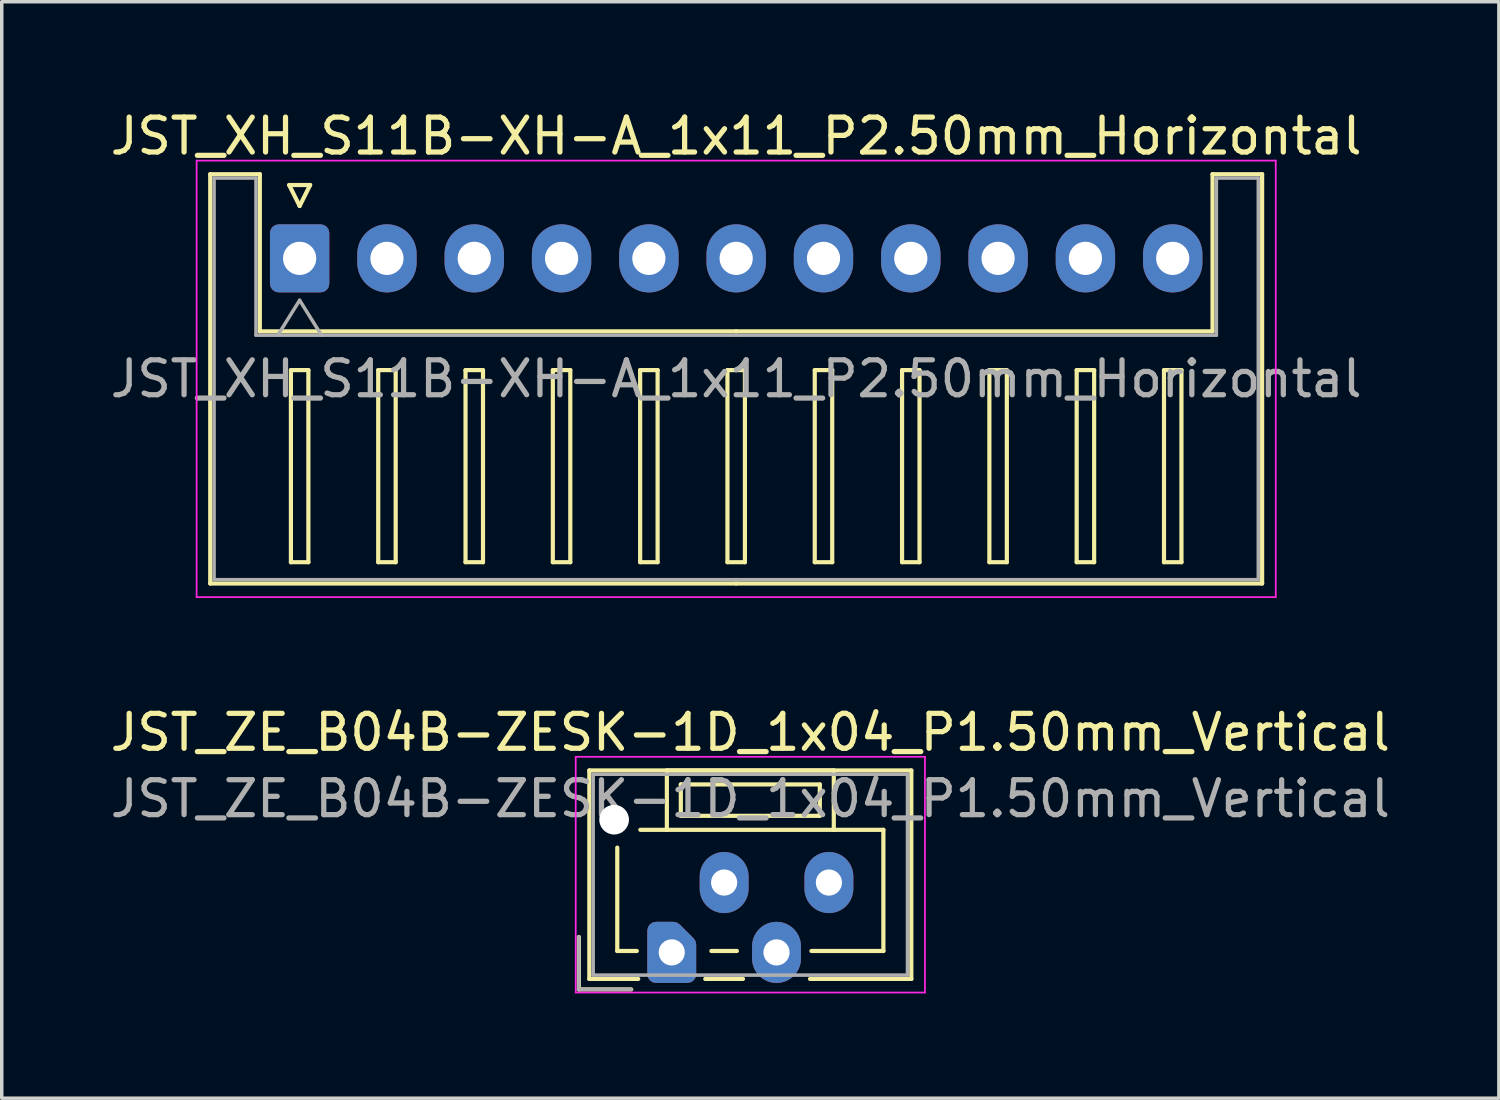
<source format=kicad_pcb>
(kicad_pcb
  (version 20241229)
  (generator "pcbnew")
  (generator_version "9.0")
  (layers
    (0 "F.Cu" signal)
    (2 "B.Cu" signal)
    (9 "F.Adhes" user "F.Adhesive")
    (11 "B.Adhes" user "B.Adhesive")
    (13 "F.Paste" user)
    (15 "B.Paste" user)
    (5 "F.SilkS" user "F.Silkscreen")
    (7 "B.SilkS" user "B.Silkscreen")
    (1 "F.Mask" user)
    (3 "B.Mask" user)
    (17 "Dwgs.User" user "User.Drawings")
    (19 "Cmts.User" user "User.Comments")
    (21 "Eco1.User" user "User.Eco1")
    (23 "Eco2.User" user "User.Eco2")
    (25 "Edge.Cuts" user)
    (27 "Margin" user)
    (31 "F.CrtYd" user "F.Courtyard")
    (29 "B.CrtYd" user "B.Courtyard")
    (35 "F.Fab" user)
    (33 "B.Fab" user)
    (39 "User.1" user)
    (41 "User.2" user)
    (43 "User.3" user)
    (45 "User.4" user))
  (footprint "JST_XH_S11B-XH-A_1x11_P2.50mm_Horizontal"
    (layer "F.Cu")
    (at 5.53 4.348)
    (property "Reference" "JST_XH_S11B-XH-A_1x11_P2.50mm_Horizontal" (at 12.5 -3.5 0) (layer "F.SilkS") (effects (font (size 1 1) (thickness 0.15))))
    (attr through_hole)
    (fp_line (start -2.56 -2.41) (end -1.14 -2.41) (stroke (width 0.12) (type solid)) (layer "F.SilkS"))
    (fp_line (start -2.56 9.31) (end -2.56 -2.41) (stroke (width 0.12) (type solid)) (layer "F.SilkS"))
    (fp_line (start -1.14 -2.41) (end -1.14 2.09) (stroke (width 0.12) (type solid)) (layer "F.SilkS"))
    (fp_line (start -1.14 2.09) (end 12.5 2.09) (stroke (width 0.12) (type solid)) (layer "F.SilkS"))
    (fp_line (start -0.3 -2.1) (end 0.3 -2.1) (stroke (width 0.12) (type solid)) (layer "F.SilkS"))
    (fp_line (start -0.25 3.2) (end -0.25 8.7) (stroke (width 0.12) (type solid)) (layer "F.SilkS"))
    (fp_line (start -0.25 8.7) (end 0.25 8.7) (stroke (width 0.12) (type solid)) (layer "F.SilkS"))
    (fp_line (start 0 -1.5) (end -0.3 -2.1) (stroke (width 0.12) (type solid)) (layer "F.SilkS"))
    (fp_line (start 0.25 3.2) (end -0.25 3.2) (stroke (width 0.12) (type solid)) (layer "F.SilkS"))
    (fp_line (start 0.25 8.7) (end 0.25 3.2) (stroke (width 0.12) (type solid)) (layer "F.SilkS"))
    (fp_line (start 0.3 -2.1) (end 0 -1.5) (stroke (width 0.12) (type solid)) (layer "F.SilkS"))
    (fp_line (start 2.25 3.2) (end 2.25 8.7) (stroke (width 0.12) (type solid)) (layer "F.SilkS"))
    (fp_line (start 2.25 8.7) (end 2.75 8.7) (stroke (width 0.12) (type solid)) (layer "F.SilkS"))
    (fp_line (start 2.75 3.2) (end 2.25 3.2) (stroke (width 0.12) (type solid)) (layer "F.SilkS"))
    (fp_line (start 2.75 8.7) (end 2.75 3.2) (stroke (width 0.12) (type solid)) (layer "F.SilkS"))
    (fp_line (start 4.75 3.2) (end 4.75 8.7) (stroke (width 0.12) (type solid)) (layer "F.SilkS"))
    (fp_line (start 4.75 8.7) (end 5.25 8.7) (stroke (width 0.12) (type solid)) (layer "F.SilkS"))
    (fp_line (start 5.25 3.2) (end 4.75 3.2) (stroke (width 0.12) (type solid)) (layer "F.SilkS"))
    (fp_line (start 5.25 8.7) (end 5.25 3.2) (stroke (width 0.12) (type solid)) (layer "F.SilkS"))
    (fp_line (start 7.25 3.2) (end 7.25 8.7) (stroke (width 0.12) (type solid)) (layer "F.SilkS"))
    (fp_line (start 7.25 8.7) (end 7.75 8.7) (stroke (width 0.12) (type solid)) (layer "F.SilkS"))
    (fp_line (start 7.75 3.2) (end 7.25 3.2) (stroke (width 0.12) (type solid)) (layer "F.SilkS"))
    (fp_line (start 7.75 8.7) (end 7.75 3.2) (stroke (width 0.12) (type solid)) (layer "F.SilkS"))
    (fp_line (start 9.75 3.2) (end 9.75 8.7) (stroke (width 0.12) (type solid)) (layer "F.SilkS"))
    (fp_line (start 9.75 8.7) (end 10.25 8.7) (stroke (width 0.12) (type solid)) (layer "F.SilkS"))
    (fp_line (start 10.25 3.2) (end 9.75 3.2) (stroke (width 0.12) (type solid)) (layer "F.SilkS"))
    (fp_line (start 10.25 8.7) (end 10.25 3.2) (stroke (width 0.12) (type solid)) (layer "F.SilkS"))
    (fp_line (start 12.25 3.2) (end 12.25 8.7) (stroke (width 0.12) (type solid)) (layer "F.SilkS"))
    (fp_line (start 12.25 8.7) (end 12.75 8.7) (stroke (width 0.12) (type solid)) (layer "F.SilkS"))
    (fp_line (start 12.5 9.31) (end -2.56 9.31) (stroke (width 0.12) (type solid)) (layer "F.SilkS"))
    (fp_line (start 12.5 9.31) (end 27.56 9.31) (stroke (width 0.12) (type solid)) (layer "F.SilkS"))
    (fp_line (start 12.75 3.2) (end 12.25 3.2) (stroke (width 0.12) (type solid)) (layer "F.SilkS"))
    (fp_line (start 12.75 8.7) (end 12.75 3.2) (stroke (width 0.12) (type solid)) (layer "F.SilkS"))
    (fp_line (start 14.75 3.2) (end 14.75 8.7) (stroke (width 0.12) (type solid)) (layer "F.SilkS"))
    (fp_line (start 14.75 8.7) (end 15.25 8.7) (stroke (width 0.12) (type solid)) (layer "F.SilkS"))
    (fp_line (start 15.25 3.2) (end 14.75 3.2) (stroke (width 0.12) (type solid)) (layer "F.SilkS"))
    (fp_line (start 15.25 8.7) (end 15.25 3.2) (stroke (width 0.12) (type solid)) (layer "F.SilkS"))
    (fp_line (start 17.25 3.2) (end 17.25 8.7) (stroke (width 0.12) (type solid)) (layer "F.SilkS"))
    (fp_line (start 17.25 8.7) (end 17.75 8.7) (stroke (width 0.12) (type solid)) (layer "F.SilkS"))
    (fp_line (start 17.75 3.2) (end 17.25 3.2) (stroke (width 0.12) (type solid)) (layer "F.SilkS"))
    (fp_line (start 17.75 8.7) (end 17.75 3.2) (stroke (width 0.12) (type solid)) (layer "F.SilkS"))
    (fp_line (start 19.75 3.2) (end 19.75 8.7) (stroke (width 0.12) (type solid)) (layer "F.SilkS"))
    (fp_line (start 19.75 8.7) (end 20.25 8.7) (stroke (width 0.12) (type solid)) (layer "F.SilkS"))
    (fp_line (start 20.25 3.2) (end 19.75 3.2) (stroke (width 0.12) (type solid)) (layer "F.SilkS"))
    (fp_line (start 20.25 8.7) (end 20.25 3.2) (stroke (width 0.12) (type solid)) (layer "F.SilkS"))
    (fp_line (start 22.25 3.2) (end 22.25 8.7) (stroke (width 0.12) (type solid)) (layer "F.SilkS"))
    (fp_line (start 22.25 8.7) (end 22.75 8.7) (stroke (width 0.12) (type solid)) (layer "F.SilkS"))
    (fp_line (start 22.75 3.2) (end 22.25 3.2) (stroke (width 0.12) (type solid)) (layer "F.SilkS"))
    (fp_line (start 22.75 8.7) (end 22.75 3.2) (stroke (width 0.12) (type solid)) (layer "F.SilkS"))
    (fp_line (start 24.75 3.2) (end 24.75 8.7) (stroke (width 0.12) (type solid)) (layer "F.SilkS"))
    (fp_line (start 24.75 8.7) (end 25.25 8.7) (stroke (width 0.12) (type solid)) (layer "F.SilkS"))
    (fp_line (start 25.25 3.2) (end 24.75 3.2) (stroke (width 0.12) (type solid)) (layer "F.SilkS"))
    (fp_line (start 25.25 8.7) (end 25.25 3.2) (stroke (width 0.12) (type solid)) (layer "F.SilkS"))
    (fp_line (start 26.14 -2.41) (end 26.14 2.09) (stroke (width 0.12) (type solid)) (layer "F.SilkS"))
    (fp_line (start 26.14 2.09) (end 12.5 2.09) (stroke (width 0.12) (type solid)) (layer "F.SilkS"))
    (fp_line (start 27.56 -2.41) (end 26.14 -2.41) (stroke (width 0.12) (type solid)) (layer "F.SilkS"))
    (fp_line (start 27.56 9.31) (end 27.56 -2.41) (stroke (width 0.12) (type solid)) (layer "F.SilkS"))
    (fp_line (start -2.95 -2.8) (end -2.95 9.7) (stroke (width 0.05) (type solid)) (layer "F.CrtYd"))
    (fp_line (start -2.95 9.7) (end 27.95 9.7) (stroke (width 0.05) (type solid)) (layer "F.CrtYd"))
    (fp_line (start 27.95 -2.8) (end -2.95 -2.8) (stroke (width 0.05) (type solid)) (layer "F.CrtYd"))
    (fp_line (start 27.95 9.7) (end 27.95 -2.8) (stroke (width 0.05) (type solid)) (layer "F.CrtYd"))
    (fp_line (start -2.45 -2.3) (end -1.25 -2.3) (stroke (width 0.1) (type solid)) (layer "F.Fab"))
    (fp_line (start -2.45 9.2) (end -2.45 -2.3) (stroke (width 0.1) (type solid)) (layer "F.Fab"))
    (fp_line (start -1.25 -2.3) (end -1.25 2.2) (stroke (width 0.1) (type solid)) (layer "F.Fab"))
    (fp_line (start -1.25 2.2) (end 12.5 2.2) (stroke (width 0.1) (type solid)) (layer "F.Fab"))
    (fp_line (start -0.625 2.2) (end 0 1.2) (stroke (width 0.1) (type solid)) (layer "F.Fab"))
    (fp_line (start 0 1.2) (end 0.625 2.2) (stroke (width 0.1) (type solid)) (layer "F.Fab"))
    (fp_line (start 12.5 9.2) (end -2.45 9.2) (stroke (width 0.1) (type solid)) (layer "F.Fab"))
    (fp_line (start 12.5 9.2) (end 27.45 9.2) (stroke (width 0.1) (type solid)) (layer "F.Fab"))
    (fp_line (start 26.25 -2.3) (end 26.25 2.2) (stroke (width 0.1) (type solid)) (layer "F.Fab"))
    (fp_line (start 26.25 2.2) (end 12.5 2.2) (stroke (width 0.1) (type solid)) (layer "F.Fab"))
    (fp_line (start 27.45 -2.3) (end 26.25 -2.3) (stroke (width 0.1) (type solid)) (layer "F.Fab"))
    (fp_line (start 27.45 9.2) (end 27.45 -2.3) (stroke (width 0.1) (type solid)) (layer "F.Fab"))
    (fp_text user "${REFERENCE}" (at 12.5 3.45 0) (layer "F.Fab") (effects (font (size 1 1) (thickness 0.15))))
    (pad "1" thru_hole roundrect (at 0 0) (size 1.7 1.95) (drill 0.95) (layers "*.Cu" "*.Mask") (roundrect_rratio 0.147))
    (pad "2" thru_hole oval (at 2.5 0) (size 1.7 1.95) (drill 0.95) (layers "*.Cu" "*.Mask"))
    (pad "3" thru_hole oval (at 5 0) (size 1.7 1.95) (drill 0.95) (layers "*.Cu" "*.Mask"))
    (pad "4" thru_hole oval (at 7.5 0) (size 1.7 1.95) (drill 0.95) (layers "*.Cu" "*.Mask"))
    (pad "5" thru_hole oval (at 10 0) (size 1.7 1.95) (drill 0.95) (layers "*.Cu" "*.Mask"))
    (pad "6" thru_hole oval (at 12.5 0) (size 1.7 1.95) (drill 0.95) (layers "*.Cu" "*.Mask"))
    (pad "7" thru_hole oval (at 15 0) (size 1.7 1.95) (drill 0.95) (layers "*.Cu" "*.Mask"))
    (pad "8" thru_hole oval (at 17.5 0) (size 1.7 1.95) (drill 0.95) (layers "*.Cu" "*.Mask"))
    (pad "9" thru_hole oval (at 20 0) (size 1.7 1.95) (drill 0.95) (layers "*.Cu" "*.Mask"))
    (pad "10" thru_hole oval (at 22.5 0) (size 1.7 1.95) (drill 0.95) (layers "*.Cu" "*.Mask"))
    (pad "11" thru_hole oval (at 25 0) (size 1.7 1.95) (drill 0.95) (layers "*.Cu" "*.Mask")))
  (footprint "JST_ZE_B04B-ZESK-1D_1x04_P1.50mm_Vertical"
    (layer "F.Cu")
    (at 16.185 24.221)
    (property "Reference" "JST_ZE_B04B-ZESK-1D_1x04_P1.50mm_Vertical" (at 2.25 -6.3 0) (layer "F.SilkS") (effects (font (size 1 1) (thickness 0.15))))
    (attr through_hole)
    (fp_line (start -2.66 -0.44) (end -2.66 1.06) (stroke (width 0.12) (type solid)) (layer "F.SilkS"))
    (fp_line (start -2.66 1.06) (end -1.16 1.06) (stroke (width 0.12) (type solid)) (layer "F.SilkS"))
    (fp_line (start -2.36 -5.21) (end 6.86 -5.21) (stroke (width 0.12) (type solid)) (layer "F.SilkS"))
    (fp_line (start -2.36 0.76) (end -2.36 -5.21) (stroke (width 0.12) (type solid)) (layer "F.SilkS"))
    (fp_line (start -1.56 -3) (end -1.56 -0.04) (stroke (width 0.12) (type solid)) (layer "F.SilkS"))
    (fp_line (start -1.56 -0.04) (end -1 -0.04) (stroke (width 0.12) (type solid)) (layer "F.SilkS"))
    (fp_line (start -0.96 0.76) (end -2.36 0.76) (stroke (width 0.12) (type solid)) (layer "F.SilkS"))
    (fp_line (start -0.14 -5.21) (end -0.14 -3.51) (stroke (width 0.12) (type solid)) (layer "F.SilkS"))
    (fp_line (start -0.14 -3.51) (end -0.9 -3.51) (stroke (width 0.12) (type solid)) (layer "F.SilkS"))
    (fp_line (start -0.14 -3.51) (end 4.64 -3.51) (stroke (width 0.12) (type solid)) (layer "F.SilkS"))
    (fp_line (start 0.26 -4.81) (end 0.26 -3.91) (stroke (width 0.12) (type solid)) (layer "F.SilkS"))
    (fp_line (start 0.26 -3.91) (end 4.24 -3.91) (stroke (width 0.12) (type solid)) (layer "F.SilkS"))
    (fp_line (start 0.96 0.76) (end 2.04 0.76) (stroke (width 0.12) (type solid)) (layer "F.SilkS"))
    (fp_line (start 1.135 -0.04) (end 1.865 -0.04) (stroke (width 0.12) (type solid)) (layer "F.SilkS"))
    (fp_line (start 4.24 -4.81) (end 0.26 -4.81) (stroke (width 0.12) (type solid)) (layer "F.SilkS"))
    (fp_line (start 4.24 -3.91) (end 4.24 -4.81) (stroke (width 0.12) (type solid)) (layer "F.SilkS"))
    (fp_line (start 4.64 -5.21) (end -0.14 -5.21) (stroke (width 0.12) (type solid)) (layer "F.SilkS"))
    (fp_line (start 4.64 -3.51) (end 4.64 -5.21) (stroke (width 0.12) (type solid)) (layer "F.SilkS"))
    (fp_line (start 4.64 -3.51) (end 6.06 -3.51) (stroke (width 0.12) (type solid)) (layer "F.SilkS"))
    (fp_line (start 6.06 -3.51) (end 6.06 -0.04) (stroke (width 0.12) (type solid)) (layer "F.SilkS"))
    (fp_line (start 6.06 -0.04) (end 4 -0.04) (stroke (width 0.12) (type solid)) (layer "F.SilkS"))
    (fp_line (start 6.86 -5.21) (end 6.86 0.76) (stroke (width 0.12) (type solid)) (layer "F.SilkS"))
    (fp_line (start 6.86 0.76) (end 3.96 0.76) (stroke (width 0.12) (type solid)) (layer "F.SilkS"))
    (fp_line (start -2.75 -5.6) (end -2.75 1.15) (stroke (width 0.05) (type solid)) (layer "F.CrtYd"))
    (fp_line (start -2.75 1.15) (end 7.25 1.15) (stroke (width 0.05) (type solid)) (layer "F.CrtYd"))
    (fp_line (start 7.25 -5.6) (end -2.75 -5.6) (stroke (width 0.05) (type solid)) (layer "F.CrtYd"))
    (fp_line (start 7.25 1.15) (end 7.25 -5.6) (stroke (width 0.05) (type solid)) (layer "F.CrtYd"))
    (fp_line (start -2.66 -0.44) (end -2.66 1.06) (stroke (width 0.1) (type solid)) (layer "F.Fab"))
    (fp_line (start -2.66 1.06) (end -1.16 1.06) (stroke (width 0.1) (type solid)) (layer "F.Fab"))
    (fp_line (start -2.25 -5.1) (end -2.25 0.65) (stroke (width 0.1) (type solid)) (layer "F.Fab"))
    (fp_line (start -2.25 0.65) (end 6.75 0.65) (stroke (width 0.1) (type solid)) (layer "F.Fab"))
    (fp_line (start 6.75 -5.1) (end -2.25 -5.1) (stroke (width 0.1) (type solid)) (layer "F.Fab"))
    (fp_line (start 6.75 0.65) (end 6.75 -5.1) (stroke (width 0.1) (type solid)) (layer "F.Fab"))
    (fp_text user "${REFERENCE}" (at 2.25 -4.4 0) (layer "F.Fab") (effects (font (size 1 1) (thickness 0.15))))
    (pad "" np_thru_hole circle (at -1.65 -3.8) (size 0.85 0.85) (drill 0.85) (layers "*.Cu" "*.Mask"))
    (pad "1" thru_hole custom (at 0 0) (size 1.117 1.117) (drill 0.75) (layers "*.Cu" "*.Mask") (options (anchor circle)) (primitives (gr_poly (pts (xy -0.45 -0.625) (xy 0.05 -0.625) (xy 0.45 -0.225) (xy 0.45 0.625) (xy -0.45 0.625)) (width 0.5) (fill yes))))
    (pad "2" thru_hole oval (at 1.5 -2) (size 1.4 1.75) (drill 0.75) (layers "*.Cu" "*.Mask"))
    (pad "3" thru_hole oval (at 3 0) (size 1.4 1.75) (drill 0.75) (layers "*.Cu" "*.Mask"))
    (pad "4" thru_hole oval (at 4.5 -2) (size 1.4 1.75) (drill 0.75) (layers "*.Cu" "*.Mask")))
  (gr_rect
    (start -3 -3)
    (end 39.869 28.396)
    (stroke (width 0.1) (type default))
    (fill no)
    (layer "Edge.Cuts")))
</source>
